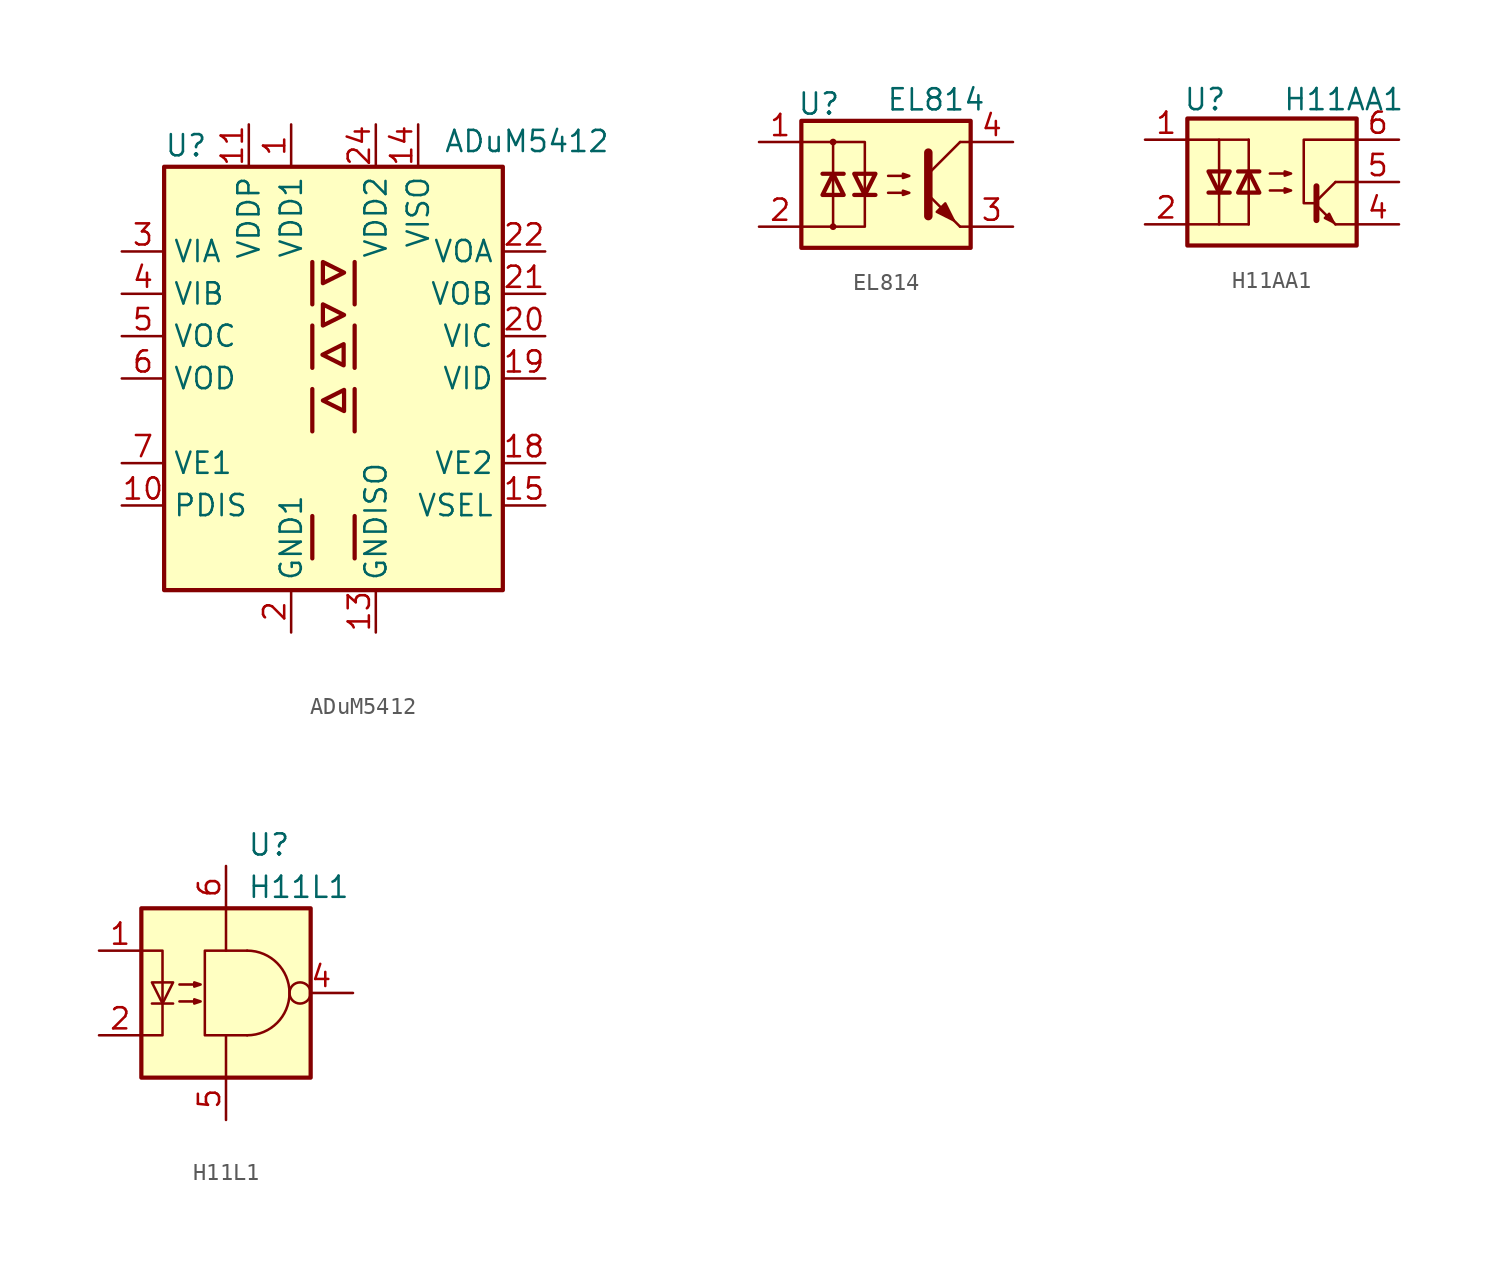
<source format=kicad_sym>
(kicad_symbol_lib
  (version 20201005)
  (generator kicad_symbol_editor)
  (symbol "ADuM5412"
    (property "Reference" "U"
      (at -10.16 13.97 0)
      (effects (font (size 1.27 1.27)) (justify left)))
    (property "Value" "ADuM5412"
      (at 6.604 14.224 0)
      (effects (font (size 1.27 1.27)) (justify left)))
    (symbol "ADuM5412_1_1"
      (rectangle (start -10.16 12.7) (end 10.16 -12.7) (stroke (width 0.254)) (fill (type background)))
      (polyline (pts (xy -1.27 -8.255) (xy -1.27 -10.795)) (stroke (width 0.254)) (fill (type none)))
      (polyline (pts (xy -1.27 -0.635) (xy -1.27 -3.175)) (stroke (width 0.254)) (fill (type none)))
      (polyline (pts (xy -1.27 3.175) (xy -1.27 0.635)) (stroke (width 0.254)) (fill (type none)))
      (polyline (pts (xy -1.27 6.985) (xy -1.27 4.445)) (stroke (width 0.254)) (fill (type none)))
      (polyline (pts (xy 1.27 -8.255) (xy 1.27 -10.795)) (stroke (width 0.254)) (fill (type none)))
      (polyline (pts (xy 1.27 -0.635) (xy 1.27 -3.175)) (stroke (width 0.254)) (fill (type none)))
      (polyline (pts (xy 1.27 3.175) (xy 1.27 0.635)) (stroke (width 0.254)) (fill (type none)))
      (polyline (pts (xy 1.27 6.985) (xy 1.27 4.445)) (stroke (width 0.254)) (fill (type none)))
      (polyline (pts (xy -0.635 4.445) (xy -0.635 3.175) (xy 0.635 3.81) (xy -0.635 4.445)) (stroke (width 0.254)) (fill (type none)))
      (polyline (pts (xy -0.635 5.715) (xy 0.635 6.35) (xy -0.635 6.985) (xy -0.635 5.715)) (stroke (width 0.254)) (fill (type none)))
      (polyline (pts (xy 0.61 0.787) (xy -0.66 1.422) (xy 0.61 2.057) (xy 0.61 0.787)) (stroke (width 0.254)) (fill (type none)))
      (polyline (pts (xy 0.635 -0.686) (xy 0.635 -1.956) (xy -0.635 -1.321) (xy 0.635 -0.686)) (stroke (width 0.254)) (fill (type none)))
      (pin power_in line (at -2.54 15.24 270) (length 2.54) (name "VDD1" (effects (font (size 1.27 1.27)))) (number "1" (effects (font (size 1.27 1.27)))))
      (pin input line (at -12.7 -7.62 0) (length 2.54) (name "PDIS" (effects (font (size 1.27 1.27)))) (number "10" (effects (font (size 1.27 1.27)))))
      (pin power_in line (at -5.08 15.24 270) (length 2.54) (name "VDDP" (effects (font (size 1.27 1.27)))) (number "11" (effects (font (size 1.27 1.27)))))
      (pin passive line (at -2.54 -15.24 90) (length 2.54) hide (name "GND1" (effects (font (size 1.27 1.27)))) (number "12" (effects (font (size 1.27 1.27)))))
      (pin power_in line (at 2.54 -15.24 90) (length 2.54) (name "GNDISO" (effects (font (size 1.27 1.27)))) (number "13" (effects (font (size 1.27 1.27)))))
      (pin power_out line (at 5.08 15.24 270) (length 2.54) (name "VISO" (effects (font (size 1.27 1.27)))) (number "14" (effects (font (size 1.27 1.27)))))
      (pin input line (at 12.7 -7.62 180) (length 2.54) (name "VSEL" (effects (font (size 1.27 1.27)))) (number "15" (effects (font (size 1.27 1.27)))))
      (pin passive line (at 2.54 -15.24 90) (length 2.54) hide (name "GNDISO" (effects (font (size 1.27 1.27)))) (number "16" (effects (font (size 1.27 1.27)))))
      (pin no_connect line (at 10.16 -2.54 180) (length 2.54) hide (name "NC" (effects (font (size 1.27 1.27)))) (number "17" (effects (font (size 1.27 1.27)))))
      (pin input line (at 12.7 -5.08 180) (length 2.54) (name "VE2" (effects (font (size 1.27 1.27)))) (number "18" (effects (font (size 1.27 1.27)))))
      (pin input line (at 12.7 0 180) (length 2.54) (name "VID" (effects (font (size 1.27 1.27)))) (number "19" (effects (font (size 1.27 1.27)))))
      (pin power_in line (at -2.54 -15.24 90) (length 2.54) (name "GND1" (effects (font (size 1.27 1.27)))) (number "2" (effects (font (size 1.27 1.27)))))
      (pin input line (at 12.7 2.54 180) (length 2.54) (name "VIC" (effects (font (size 1.27 1.27)))) (number "20" (effects (font (size 1.27 1.27)))))
      (pin output line (at 12.7 5.08 180) (length 2.54) (name "VOB" (effects (font (size 1.27 1.27)))) (number "21" (effects (font (size 1.27 1.27)))))
      (pin output line (at 12.7 7.62 180) (length 2.54) (name "VOA" (effects (font (size 1.27 1.27)))) (number "22" (effects (font (size 1.27 1.27)))))
      (pin passive line (at 2.54 -15.24 90) (length 2.54) hide (name "GNDISO" (effects (font (size 1.27 1.27)))) (number "23" (effects (font (size 1.27 1.27)))))
      (pin power_in line (at 2.54 15.24 270) (length 2.54) (name "VDD2" (effects (font (size 1.27 1.27)))) (number "24" (effects (font (size 1.27 1.27)))))
      (pin input line (at -12.7 7.62 0) (length 2.54) (name "VIA" (effects (font (size 1.27 1.27)))) (number "3" (effects (font (size 1.27 1.27)))))
      (pin input line (at -12.7 5.08 0) (length 2.54) (name "VIB" (effects (font (size 1.27 1.27)))) (number "4" (effects (font (size 1.27 1.27)))))
      (pin output line (at -12.7 2.54 0) (length 2.54) (name "VOC" (effects (font (size 1.27 1.27)))) (number "5" (effects (font (size 1.27 1.27)))))
      (pin output line (at -12.7 0 0) (length 2.54) (name "VOD" (effects (font (size 1.27 1.27)))) (number "6" (effects (font (size 1.27 1.27)))))
      (pin input line (at -12.7 -5.08 0) (length 2.54) (name "VE1" (effects (font (size 1.27 1.27)))) (number "7" (effects (font (size 1.27 1.27)))))
      (pin no_connect line (at -10.16 -2.54 0) (length 2.54) hide (name "NC" (effects (font (size 1.27 1.27)))) (number "8" (effects (font (size 1.27 1.27)))))
      (pin passive line (at -2.54 -15.24 90) (length 2.54) hide (name "GND1" (effects (font (size 1.27 1.27)))) (number "9" (effects (font (size 1.27 1.27)))))))
  (symbol "EL814"
    (pin_names
      (offset 1.016))
    (property "Reference" "U"
      (at -5.334 4.826 0)
      (effects (font (size 1.27 1.27)) (justify left)))
    (property "Value" "EL814"
      (at 0 5.08 0)
      (effects (font (size 1.27 1.27)) (justify left)))
    (symbol "EL814_0_1"
      (circle (center -3.175 -2.54) (radius 0.127) (stroke (width 0)) (fill (type none)))
      (circle (center -3.175 2.54) (radius 0.127) (stroke (width 0)) (fill (type none)))
      (rectangle (start -5.08 3.81) (end 5.08 -3.81) (stroke (width 0.254)) (fill (type background)))
      (polyline (pts (xy -3.81 0.635) (xy -2.54 0.635)) (stroke (width 0.254)) (fill (type none)))
      (polyline (pts (xy -3.175 -0.635) (xy -3.175 -2.54)) (stroke (width 0)) (fill (type none)))
      (polyline (pts (xy -3.175 0.635) (xy -3.175 -0.635)) (stroke (width 0)) (fill (type none)))
      (polyline (pts (xy -3.175 0.635) (xy -3.175 2.54)) (stroke (width 0)) (fill (type none)))
      (polyline (pts (xy -1.905 -0.635) (xy -0.635 -0.635)) (stroke (width 0.254)) (fill (type none)))
      (polyline (pts (xy -1.27 0.635) (xy -1.27 -0.635)) (stroke (width 0)) (fill (type none)))
      (polyline (pts (xy 2.54 0.635) (xy 4.445 2.54)) (stroke (width 0)) (fill (type none)))
      (polyline (pts (xy 4.445 -2.54) (xy 2.54 -0.635)) (stroke (width 0)) (fill (type outline)))
      (polyline (pts (xy 4.445 -2.54) (xy 5.08 -2.54)) (stroke (width 0)) (fill (type none)))
      (polyline (pts (xy 4.445 2.54) (xy 5.08 2.54)) (stroke (width 0)) (fill (type none)))
      (polyline (pts (xy -5.08 2.54) (xy -1.27 2.54) (xy -1.27 0.635)) (stroke (width 0)) (fill (type none)))
      (polyline (pts (xy -1.27 -0.635) (xy -1.27 -2.54) (xy -5.08 -2.54)) (stroke (width 0)) (fill (type none)))
      (polyline (pts (xy 2.54 1.905) (xy 2.54 -1.905) (xy 2.54 -1.905)) (stroke (width 0.508)) (fill (type none)))
      (polyline (pts (xy -3.175 0.635) (xy -3.81 -0.635) (xy -2.54 -0.635) (xy -3.175 0.635)) (stroke (width 0.254)) (fill (type none)))
      (polyline (pts (xy -1.27 -0.635) (xy -1.905 0.635) (xy -0.635 0.635) (xy -1.27 -0.635)) (stroke (width 0.254)) (fill (type none)))
      (polyline (pts (xy 0.127 -0.508) (xy 1.397 -0.508) (xy 1.016 -0.635) (xy 1.016 -0.381) (xy 1.397 -0.508)) (stroke (width 0)) (fill (type none)))
      (polyline (pts (xy 0.127 0.508) (xy 1.397 0.508) (xy 1.016 0.381) (xy 1.016 0.635) (xy 1.397 0.508)) (stroke (width 0)) (fill (type none)))
      (polyline (pts (xy 3.048 -1.651) (xy 3.556 -1.143) (xy 4.064 -2.159) (xy 3.048 -1.651) (xy 3.048 -1.651)) (stroke (width 0)) (fill (type outline))))
    (symbol "EL814_1_1"
      (pin passive line (at -7.62 2.54 0) (length 2.54) (name "~" (effects (font (size 1.27 1.27)))) (number "1" (effects (font (size 1.27 1.27)))))
      (pin passive line (at -7.62 -2.54 0) (length 2.54) (name "~" (effects (font (size 1.27 1.27)))) (number "2" (effects (font (size 1.27 1.27)))))
      (pin passive line (at 7.62 -2.54 180) (length 2.54) (name "~" (effects (font (size 1.27 1.27)))) (number "3" (effects (font (size 1.27 1.27)))))
      (pin passive line (at 7.62 2.54 180) (length 2.54) (name "~" (effects (font (size 1.27 1.27)))) (number "4" (effects (font (size 1.27 1.27)))))))
  (symbol "H11AA1"
    (property "Reference" "U"
      (at -5.334 4.953 0)
      (effects (font (size 1.27 1.27)) (justify left)))
    (property "Value" "H11AA1"
      (at 0.635 4.953 0)
      (effects (font (size 1.27 1.27)) (justify left)))
    (symbol "H11AA1_0_1"
      (polyline (pts (xy -2.032 0.635) (xy -0.762 0.635)) (stroke (width 0.254)) (fill (type none)))
      (polyline (pts (xy -1.397 -2.54) (xy -3.175 -2.54)) (stroke (width 0.152)) (fill (type none)))
      (polyline (pts (xy -1.397 -0.635) (xy -1.397 -2.54)) (stroke (width 0)) (fill (type none)))
      (polyline (pts (xy -1.397 0.635) (xy -1.397 -0.635)) (stroke (width 0)) (fill (type none)))
      (polyline (pts (xy -1.397 0.635) (xy -1.397 2.54)) (stroke (width 0)) (fill (type none)))
      (polyline (pts (xy -1.397 2.54) (xy -3.175 2.54)) (stroke (width 0.152)) (fill (type none)))
      (polyline (pts (xy -1.397 0.635) (xy -2.032 -0.635) (xy -0.762 -0.635) (xy -1.397 0.635)) (stroke (width 0.254)) (fill (type none))))
    (symbol "H11AA1_1_1"
      (rectangle (start -5.08 3.81) (end 5.08 -3.81) (stroke (width 0.254)) (fill (type background)))
      (polyline (pts (xy -3.81 -0.635) (xy -2.54 -0.635)) (stroke (width 0.254)) (fill (type none)))
      (polyline (pts (xy 2.667 -1.397) (xy 3.81 -2.54)) (stroke (width 0)) (fill (type none)))
      (polyline (pts (xy 2.667 -1.143) (xy 3.81 0)) (stroke (width 0)) (fill (type none)))
      (polyline (pts (xy 3.81 -2.54) (xy 5.08 -2.54)) (stroke (width 0)) (fill (type none)))
      (polyline (pts (xy 3.81 0) (xy 5.08 0)) (stroke (width 0)) (fill (type none)))
      (polyline (pts (xy 2.667 -0.254) (xy 2.667 -2.286) (xy 2.667 -2.286)) (stroke (width 0.356)) (fill (type none)))
      (polyline (pts (xy -5.08 -2.54) (xy -3.175 -2.54) (xy -3.175 2.54) (xy -5.08 2.54)) (stroke (width 0)) (fill (type none)))
      (polyline (pts (xy -3.175 -0.635) (xy -3.81 0.635) (xy -2.54 0.635) (xy -3.175 -0.635)) (stroke (width 0.254)) (fill (type none)))
      (polyline (pts (xy 3.683 -2.413) (xy 3.429 -1.905) (xy 3.175 -2.159) (xy 3.683 -2.413)) (stroke (width 0)) (fill (type none)))
      (polyline (pts (xy 5.08 2.54) (xy 1.905 2.54) (xy 1.905 -1.27) (xy 2.54 -1.27)) (stroke (width 0)) (fill (type none)))
      (polyline (pts (xy -0.127 -0.508) (xy 1.143 -0.508) (xy 0.762 -0.635) (xy 0.762 -0.381) (xy 1.143 -0.508)) (stroke (width 0)) (fill (type none)))
      (polyline (pts (xy -0.127 0.508) (xy 1.143 0.508) (xy 0.762 0.381) (xy 0.762 0.635) (xy 1.143 0.508)) (stroke (width 0)) (fill (type none)))
      (pin passive line (at -7.62 2.54 0) (length 2.54) (name "~" (effects (font (size 1.27 1.27)))) (number "1" (effects (font (size 1.27 1.27)))))
      (pin passive line (at -7.62 -2.54 0) (length 2.54) (name "~" (effects (font (size 1.27 1.27)))) (number "2" (effects (font (size 1.27 1.27)))))
      (pin no_connect line (at -5.08 0 0) (length 2.54) hide (name "NC" (effects (font (size 1.27 1.27)))) (number "3" (effects (font (size 1.27 1.27)))))
      (pin passive line (at 7.62 -2.54 180) (length 2.54) (name "~" (effects (font (size 1.27 1.27)))) (number "4" (effects (font (size 1.27 1.27)))))
      (pin passive line (at 7.62 0 180) (length 2.54) (name "~" (effects (font (size 1.27 1.27)))) (number "5" (effects (font (size 1.27 1.27)))))
      (pin passive line (at 7.62 2.54 180) (length 2.54) (name "~" (effects (font (size 1.27 1.27)))) (number "6" (effects (font (size 1.27 1.27)))))))
  (symbol "H11L1"
    (pin_names
      (offset 1.016))
    (property "Reference" "U"
      (at 1.27 8.89 0)
      (effects (font (size 1.27 1.27)) (justify left)))
    (property "Value" "H11L1"
      (at 1.27 6.35 0)
      (effects (font (size 1.27 1.27)) (justify left)))
    (symbol "H11L1_0_1"
      (arc (start 1.27 -2.54) (end 1.27 2.54) (radius (at 1.27 0) (length 2.54) (angles -89.9 89.9)) (stroke (width 0)) (fill (type none)))
      (rectangle (start -5.08 5.08) (end 5.08 -5.08) (stroke (width 0.254)) (fill (type background)))
      (polyline (pts (xy -4.445 -0.635) (xy -3.175 -0.635)) (stroke (width 0)) (fill (type none)))
      (polyline (pts (xy 0 2.54) (xy 0 5.08)) (stroke (width 0)) (fill (type none)))
      (polyline (pts (xy 0 -2.54) (xy 0 -5.08) (xy 0 -3.81)) (stroke (width 0)) (fill (type none)))
      (polyline (pts (xy -5.08 -2.54) (xy -3.81 -2.54) (xy -3.81 2.54) (xy -5.08 2.54)) (stroke (width 0)) (fill (type none)))
      (polyline (pts (xy -3.81 -0.635) (xy -4.445 0.635) (xy -3.175 0.635) (xy -3.81 -0.635)) (stroke (width 0)) (fill (type none)))
      (polyline (pts (xy 1.27 -2.54) (xy -1.27 -2.54) (xy -1.27 2.54) (xy 1.27 2.54)) (stroke (width 0)) (fill (type none)))
      (polyline (pts (xy -2.794 -0.508) (xy -1.524 -0.508) (xy -1.905 -0.635) (xy -1.905 -0.381) (xy -1.524 -0.508)) (stroke (width 0)) (fill (type none)))
      (polyline (pts (xy -2.794 0.508) (xy -1.524 0.508) (xy -1.905 0.381) (xy -1.905 0.635) (xy -1.524 0.508)) (stroke (width 0)) (fill (type none))))
    (symbol "H11L1_1_1"
      (pin passive line (at -7.62 2.54 0) (length 2.54) (name "~" (effects (font (size 1.27 1.27)))) (number "1" (effects (font (size 1.27 1.27)))))
      (pin passive line (at -7.62 -2.54 0) (length 2.54) (name "~" (effects (font (size 1.27 1.27)))) (number "2" (effects (font (size 1.27 1.27)))))
      (pin no_connect line (at -5.08 0 0) (length 2.54) hide (name "~" (effects (font (size 1.27 1.27)))) (number "3" (effects (font (size 1.27 1.27)))))
      (pin output inverted (at 7.62 0 180) (length 3.81) (name "~" (effects (font (size 1.27 1.27)))) (number "4" (effects (font (size 1.27 1.27)))))
      (pin power_in line (at 0 -7.62 90) (length 2.54) (name "~" (effects (font (size 1.27 1.27)))) (number "5" (effects (font (size 1.27 1.27)))))
      (pin power_in line (at 0 7.62 270) (length 2.54) (name "~" (effects (font (size 1.27 1.27)))) (number "6" (effects (font (size 1.27 1.27))))))))
</source>
